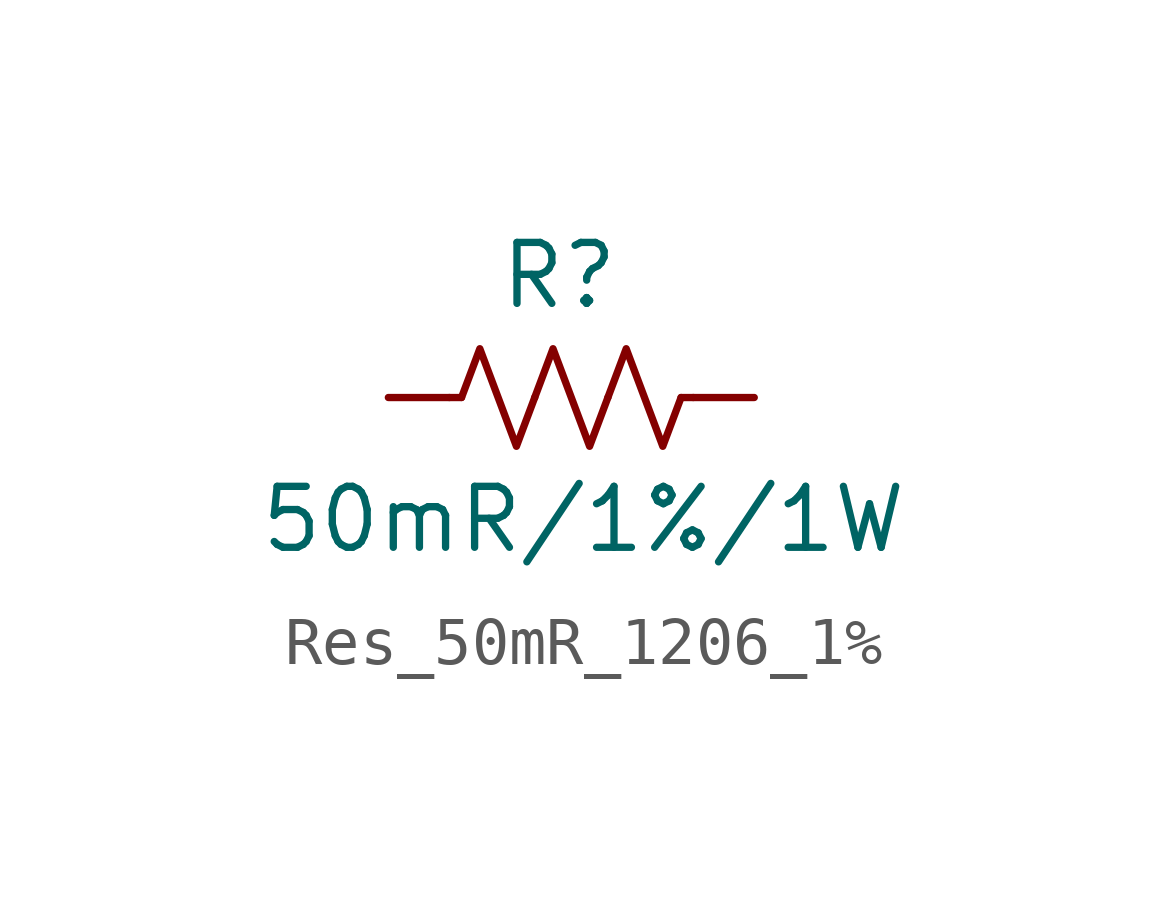
<source format=kicad_sym>
(kicad_symbol_lib
  (version 20231120)
  (generator "kicad_symbol_editor")
  (generator_version "8.0")
  (symbol "Res_50mR_1206_1%"
    (pin_numbers hide)
    (pin_names hide)
    (property "Reference" "R"
      (at 3.556 2.54 0)
      (effects (font (size 1.27 1.27))))
    (property "Value" "50mR/1%/1W"
      (at 4.064 -2.54 0)
      (effects (font (size 1.27 1.27))))
    (symbol "Res_50mR_1206_1%_0_1"
      (polyline (pts (xy 1.524 0) (xy 1.27 0)) (stroke (width 0) (type default)) (fill (type none)))
      (polyline (pts (xy 6.096 0) (xy 6.35 0)) (stroke (width 0) (type default)) (fill (type none)))
      (polyline (pts (xy 1.524 0) (xy 1.905 1.016) (xy 2.286 0) (xy 2.667 -1.016) (xy 3.048 0)) (stroke (width 0) (type default)) (fill (type none)))
      (polyline (pts (xy 4.572 0) (xy 4.953 1.016) (xy 5.334 0) (xy 5.715 -1.016) (xy 6.096 0)) (stroke (width 0) (type default)) (fill (type none))))
    (symbol "Res_50mR_1206_1%_1_1"
      (polyline (pts (xy 3.048 0) (xy 3.429 1.016) (xy 3.81 0) (xy 4.191 -1.016) (xy 4.572 0)) (stroke (width 0) (type default)) (fill (type none)))
      (pin passive line (at 0 0 0) (length 1.27) (name "~" (effects (font (size 1.27 1.27)))) (number "1" (effects (font (size 1.27 1.27)))))
      (pin passive line (at 7.62 0 180) (length 1.27) (name "~" (effects (font (size 1.27 1.27)))) (number "2" (effects (font (size 1.27 1.27))))))))
</source>
